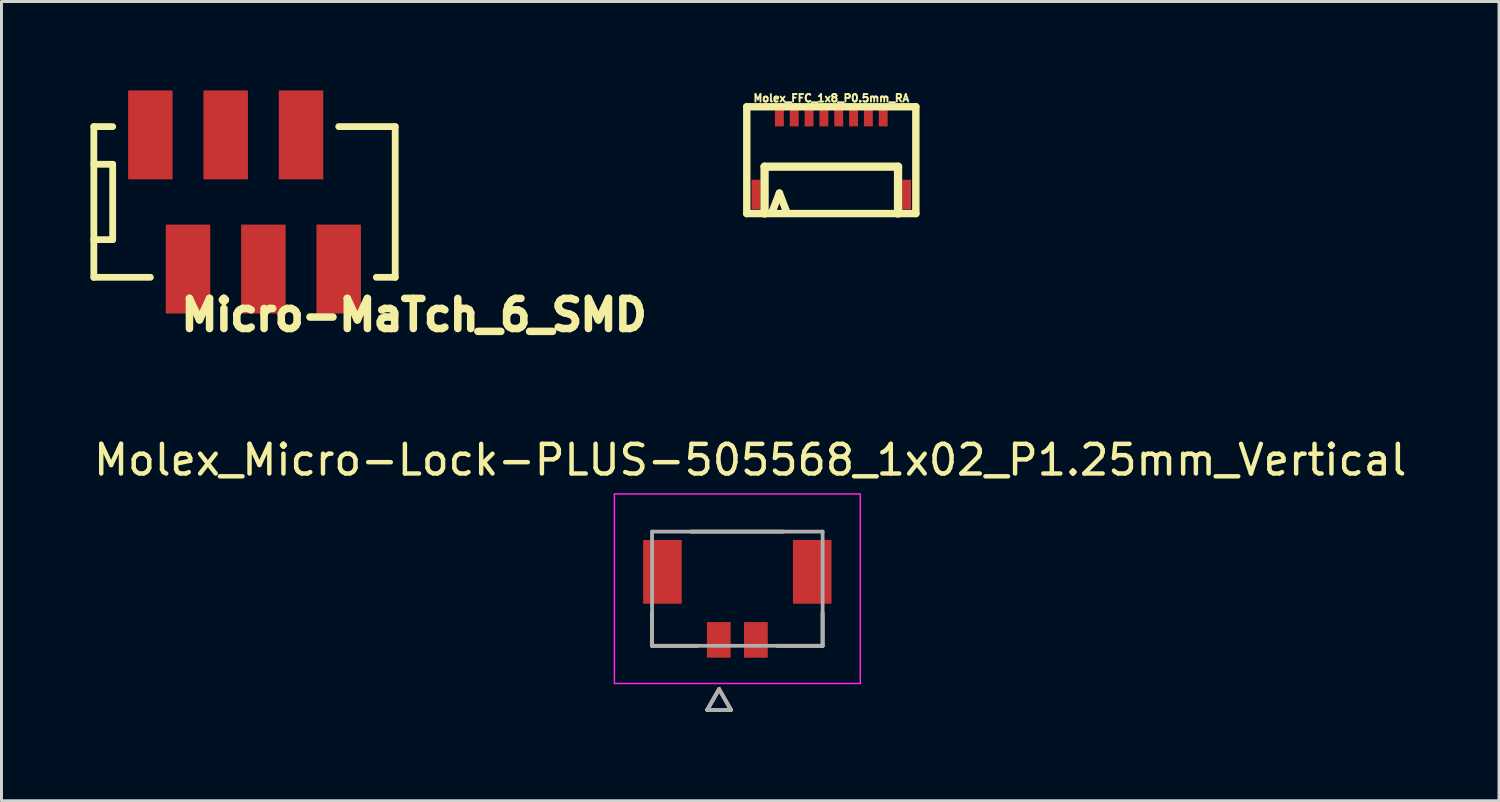
<source format=kicad_pcb>
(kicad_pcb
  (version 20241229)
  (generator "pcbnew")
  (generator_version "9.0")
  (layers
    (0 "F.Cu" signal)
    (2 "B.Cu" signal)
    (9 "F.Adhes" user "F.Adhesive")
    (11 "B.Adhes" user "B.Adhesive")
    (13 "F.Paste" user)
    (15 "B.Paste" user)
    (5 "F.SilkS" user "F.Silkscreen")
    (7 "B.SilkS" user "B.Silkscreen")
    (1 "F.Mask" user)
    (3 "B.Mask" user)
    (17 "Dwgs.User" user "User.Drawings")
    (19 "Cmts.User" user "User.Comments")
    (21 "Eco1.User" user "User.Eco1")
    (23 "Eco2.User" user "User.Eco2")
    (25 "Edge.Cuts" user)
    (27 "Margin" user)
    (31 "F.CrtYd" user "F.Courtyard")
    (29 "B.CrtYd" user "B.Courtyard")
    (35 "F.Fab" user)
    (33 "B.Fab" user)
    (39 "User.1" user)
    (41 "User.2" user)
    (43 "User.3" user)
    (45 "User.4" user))
  (footprint "Molex_FFC_1x8_P0.5mm_RA"
    (layer "F.Cu")
    (at 24.977 0.86)
    (property "Reference" "Molex_FFC_1x8_P0.5mm_RA" (at 0 -0.6 180) (layer "F.SilkS") (effects (font (size 0.254 0.254) (thickness 0.064))))
    (attr smd)
    (fp_line (start -2.85 -0.31) (end -2.85 3.29) (stroke (width 0.25) (type solid)) (layer "F.SilkS"))
    (fp_line (start -2.85 -0.31) (end 2.85 -0.31) (stroke (width 0.25) (type solid)) (layer "F.SilkS"))
    (fp_line (start -2.85 3.29) (end 2.85 3.29) (stroke (width 0.25) (type solid)) (layer "F.SilkS"))
    (fp_line (start -2.25 1.71) (end -2.25 3.29) (stroke (width 0.279) (type solid)) (layer "F.SilkS"))
    (fp_line (start -2.25 1.71) (end 2.25 1.71) (stroke (width 0.279) (type solid)) (layer "F.SilkS"))
    (fp_line (start -1.75 2.6) (end -2 3.25) (stroke (width 0.25) (type solid)) (layer "F.SilkS"))
    (fp_line (start -1.75 2.6) (end -1.5 3.25) (stroke (width 0.25) (type solid)) (layer "F.SilkS"))
    (fp_line (start 2.25 1.71) (end 2.25 3.29) (stroke (width 0.279) (type solid)) (layer "F.SilkS"))
    (fp_line (start 2.85 -0.31) (end 2.85 3.29) (stroke (width 0.25) (type solid)) (layer "F.SilkS"))
    (pad "" smd rect (at -2.54 2.65) (size 0.3 1) (layers "F.Cu" "F.Mask" "F.Paste"))
    (pad "" smd rect (at 2.54 2.65) (size 0.3 1) (layers "F.Cu" "F.Mask" "F.Paste"))
    (pad "1" smd rect (at -1.75 0) (size 0.3 0.7) (layers "F.Cu" "F.Mask" "F.Paste"))
    (pad "2" smd rect (at -1.25 0) (size 0.3 0.7) (layers "F.Cu" "F.Mask" "F.Paste"))
    (pad "3" smd rect (at -0.75 0) (size 0.3 0.7) (layers "F.Cu" "F.Mask" "F.Paste"))
    (pad "4" smd rect (at -0.25 0) (size 0.3 0.7) (layers "F.Cu" "F.Mask" "F.Paste"))
    (pad "5" smd rect (at 0.25 0) (size 0.3 0.7) (layers "F.Cu" "F.Mask" "F.Paste"))
    (pad "6" smd rect (at 0.75 0) (size 0.3 0.7) (layers "F.Cu" "F.Mask" "F.Paste"))
    (pad "7" smd rect (at 1.25 0) (size 0.3 0.7) (layers "F.Cu" "F.Mask" "F.Paste"))
    (pad "8" smd rect (at 1.75 0) (size 0.3 0.7) (layers "F.Cu" "F.Mask" "F.Paste")))
  (footprint "Molex_Micro-Lock-PLUS-505568_1x02_P1.25mm_Vertical"
    (layer "F.Cu")
    (at 21.809 16.798)
    (property "Reference" "Molex_Micro-Lock-PLUS-505568_1x02_P1.25mm_Vertical" (at 0.435 -4.34 0) (layer "F.SilkS") (effects (font (size 1 1) (thickness 0.15))))
    (attr smd)
    (fp_poly (pts (xy -3.251 -1.721) (xy -1.799 -1.721) (xy -1.799 0.581) (xy -3.251 0.581)) (stroke (width 0.01) (type solid)) (fill yes) (layer "F.Mask"))
    (fp_poly (pts (xy -1.101 1.049) (xy -0.149 1.049) (xy -0.149 2.401) (xy -1.101 2.401)) (stroke (width 0.01) (type solid)) (fill yes) (layer "F.Mask"))
    (fp_poly (pts (xy 0.149 1.049) (xy 1.101 1.049) (xy 1.101 2.401) (xy 0.149 2.401)) (stroke (width 0.01) (type solid)) (fill yes) (layer "F.Mask"))
    (fp_poly (pts (xy 1.799 -1.721) (xy 3.251 -1.721) (xy 3.251 0.581) (xy 1.799 0.581)) (stroke (width 0.01) (type solid)) (fill yes) (layer "F.Mask"))
    (fp_line (start -2.875 1.925) (end -2.875 0.825) (stroke (width 0.127) (type solid)) (layer "F.SilkS"))
    (fp_line (start -1.345 1.925) (end -2.875 1.925) (stroke (width 0.127) (type solid)) (layer "F.SilkS"))
    (fp_line (start -1.015 4.085) (end -0.215 4.085) (stroke (width 0.127) (type solid)) (layer "F.SilkS"))
    (fp_line (start -0.615 3.385) (end -1.015 4.085) (stroke (width 0.127) (type solid)) (layer "F.SilkS"))
    (fp_line (start -0.215 4.085) (end -0.615 3.385) (stroke (width 0.127) (type solid)) (layer "F.SilkS"))
    (fp_line (start 1.555 -1.925) (end -1.555 -1.925) (stroke (width 0.127) (type solid)) (layer "F.SilkS"))
    (fp_line (start 2.875 0.825) (end 2.875 1.925) (stroke (width 0.127) (type solid)) (layer "F.SilkS"))
    (fp_line (start 2.875 1.925) (end 1.345 1.925) (stroke (width 0.127) (type solid)) (layer "F.SilkS"))
    (fp_line (start -4.145 -3.195) (end 4.145 -3.195) (stroke (width 0.05) (type solid)) (layer "F.CrtYd"))
    (fp_line (start -4.145 3.195) (end -4.145 -3.195) (stroke (width 0.05) (type solid)) (layer "F.CrtYd"))
    (fp_line (start -4.145 3.195) (end 4.145 3.195) (stroke (width 0.05) (type solid)) (layer "F.CrtYd"))
    (fp_line (start 4.145 -3.195) (end 4.145 3.195) (stroke (width 0.05) (type solid)) (layer "F.CrtYd"))
    (fp_line (start -2.875 -1.925) (end 2.875 -1.925) (stroke (width 0.127) (type solid)) (layer "F.Fab"))
    (fp_line (start -2.875 1.925) (end -2.875 -1.925) (stroke (width 0.127) (type solid)) (layer "F.Fab"))
    (fp_line (start -1.015 4.085) (end -0.215 4.085) (stroke (width 0.127) (type solid)) (layer "F.Fab"))
    (fp_line (start -0.615 3.385) (end -1.015 4.085) (stroke (width 0.127) (type solid)) (layer "F.Fab"))
    (fp_line (start -0.215 4.085) (end -0.615 3.385) (stroke (width 0.127) (type solid)) (layer "F.Fab"))
    (fp_line (start 2.875 -1.925) (end 2.875 1.925) (stroke (width 0.127) (type solid)) (layer "F.Fab"))
    (fp_line (start 2.875 1.925) (end -2.875 1.925) (stroke (width 0.127) (type solid)) (layer "F.Fab"))
    (pad "1" smd rect (at -0.625 1.725) (size 0.8 1.2) (layers "F.Cu" "F.Paste"))
    (pad "2" smd rect (at 0.625 1.725) (size 0.8 1.2) (layers "F.Cu" "F.Paste"))
    (pad "S1" smd rect (at -2.525 -0.57) (size 1.3 2.15) (layers "F.Cu" "F.Paste"))
    (pad "S2" smd rect (at 2.525 -0.57) (size 1.3 2.15) (layers "F.Cu" "F.Paste"))
    (zone (net_name "") (layer "F.Cu") (hatch full 0.508) (connect_pads) (min_thickness 0.01) (filled_areas_thickness no) (keepout (tracks not_allowed) (vias not_allowed) (pads not_allowed) (copperpour not_allowed) (footprints allowed)) (placement (enabled no)) (fill) (polygon (pts (xy 18.234 17.303) (xy 18.234 19.203) (xy 20.784 19.203) (xy 20.784 17.923) (xy 22.834 17.923) (xy 22.834 19.203) (xy 25.384 19.203) (xy 25.384 17.303) (xy 23.684 17.303) (xy 23.684 15.153) (xy 24.584 15.153) (xy 24.584 14.053) (xy 19.034 14.053) (xy 19.034 15.153) (xy 19.934 15.153) (xy 19.934 17.303))))
    (zone (net_name "") (layers "F.Cu" "B.Cu") (hatch full 0.508) (connect_pads) (min_thickness 0.01) (filled_areas_thickness no) (keepout (tracks allowed) (vias not_allowed) (pads allowed) (copperpour allowed) (footprints allowed)) (placement (enabled no)) (fill) (polygon (pts (xy 18.234 17.303) (xy 18.234 19.203) (xy 20.784 19.203) (xy 20.784 17.923) (xy 22.834 17.923) (xy 22.834 19.203) (xy 25.384 19.203) (xy 25.384 17.303) (xy 23.684 17.303) (xy 23.684 15.153) (xy 24.584 15.153) (xy 24.584 14.053) (xy 19.034 14.053) (xy 19.034 15.153) (xy 19.934 15.153) (xy 19.934 17.303)))))
  (footprint "Micro-MaTch_6_SMD"
    (layer "F.Cu")
    (at 5.194 3.759)
    (property "Reference" "Micro-MaTch_6_SMD" (at 5.715 3.81 0) (layer "F.SilkS") (effects (font (size 1.016 1.016) (thickness 0.254))))
    (property "Value" "${VALUE}" (at 0 5.08 0) (layer "F.SilkS") (hide yes) (effects (font (size 1.016 1.016) (thickness 0.254))))
    (attr through_hole)
    (fp_line (start -5.08 -2.54) (end -5.08 2.54) (stroke (width 0.229) (type solid)) (layer "F.SilkS"))
    (fp_line (start -5.08 -2.54) (end -4.445 -2.54) (stroke (width 0.229) (type solid)) (layer "F.SilkS"))
    (fp_line (start -5.08 -1.27) (end -4.445 -1.27) (stroke (width 0.229) (type solid)) (layer "F.SilkS"))
    (fp_line (start -5.08 2.54) (end -3.175 2.54) (stroke (width 0.229) (type solid)) (layer "F.SilkS"))
    (fp_line (start -4.445 -1.27) (end -4.445 1.27) (stroke (width 0.229) (type solid)) (layer "F.SilkS"))
    (fp_line (start -4.445 1.27) (end -5.08 1.27) (stroke (width 0.229) (type solid)) (layer "F.SilkS"))
    (fp_line (start 4.445 2.54) (end 5.08 2.54) (stroke (width 0.229) (type solid)) (layer "F.SilkS"))
    (fp_line (start 5.08 -2.54) (end 3.175 -2.54) (stroke (width 0.229) (type solid)) (layer "F.SilkS"))
    (fp_line (start 5.08 -2.54) (end 5.08 2.54) (stroke (width 0.229) (type solid)) (layer "F.SilkS"))
    (pad "1" smd rect (at -3.175 -2.261) (size 1.499 2.997) (layers "F.Cu" "F.Mask" "F.Paste"))
    (pad "2" smd rect (at -1.905 2.261) (size 1.499 2.997) (layers "F.Cu" "F.Mask" "F.Paste"))
    (pad "3" smd rect (at -0.635 -2.261) (size 1.499 2.997) (layers "F.Cu" "F.Mask" "F.Paste"))
    (pad "4" smd rect (at 0.635 2.261) (size 1.499 2.997) (layers "F.Cu" "F.Mask" "F.Paste"))
    (pad "5" smd rect (at 1.905 -2.261) (size 1.499 2.997) (layers "F.Cu" "F.Mask" "F.Paste"))
    (pad "6" smd rect (at 3.175 2.261) (size 1.499 2.997) (layers "F.Cu" "F.Mask" "F.Paste")))
  (gr_rect
    (start -3 -3)
    (end 47.488 23.946)
    (stroke (width 0.1) (type default))
    (fill no)
    (layer "Edge.Cuts")))
</source>
